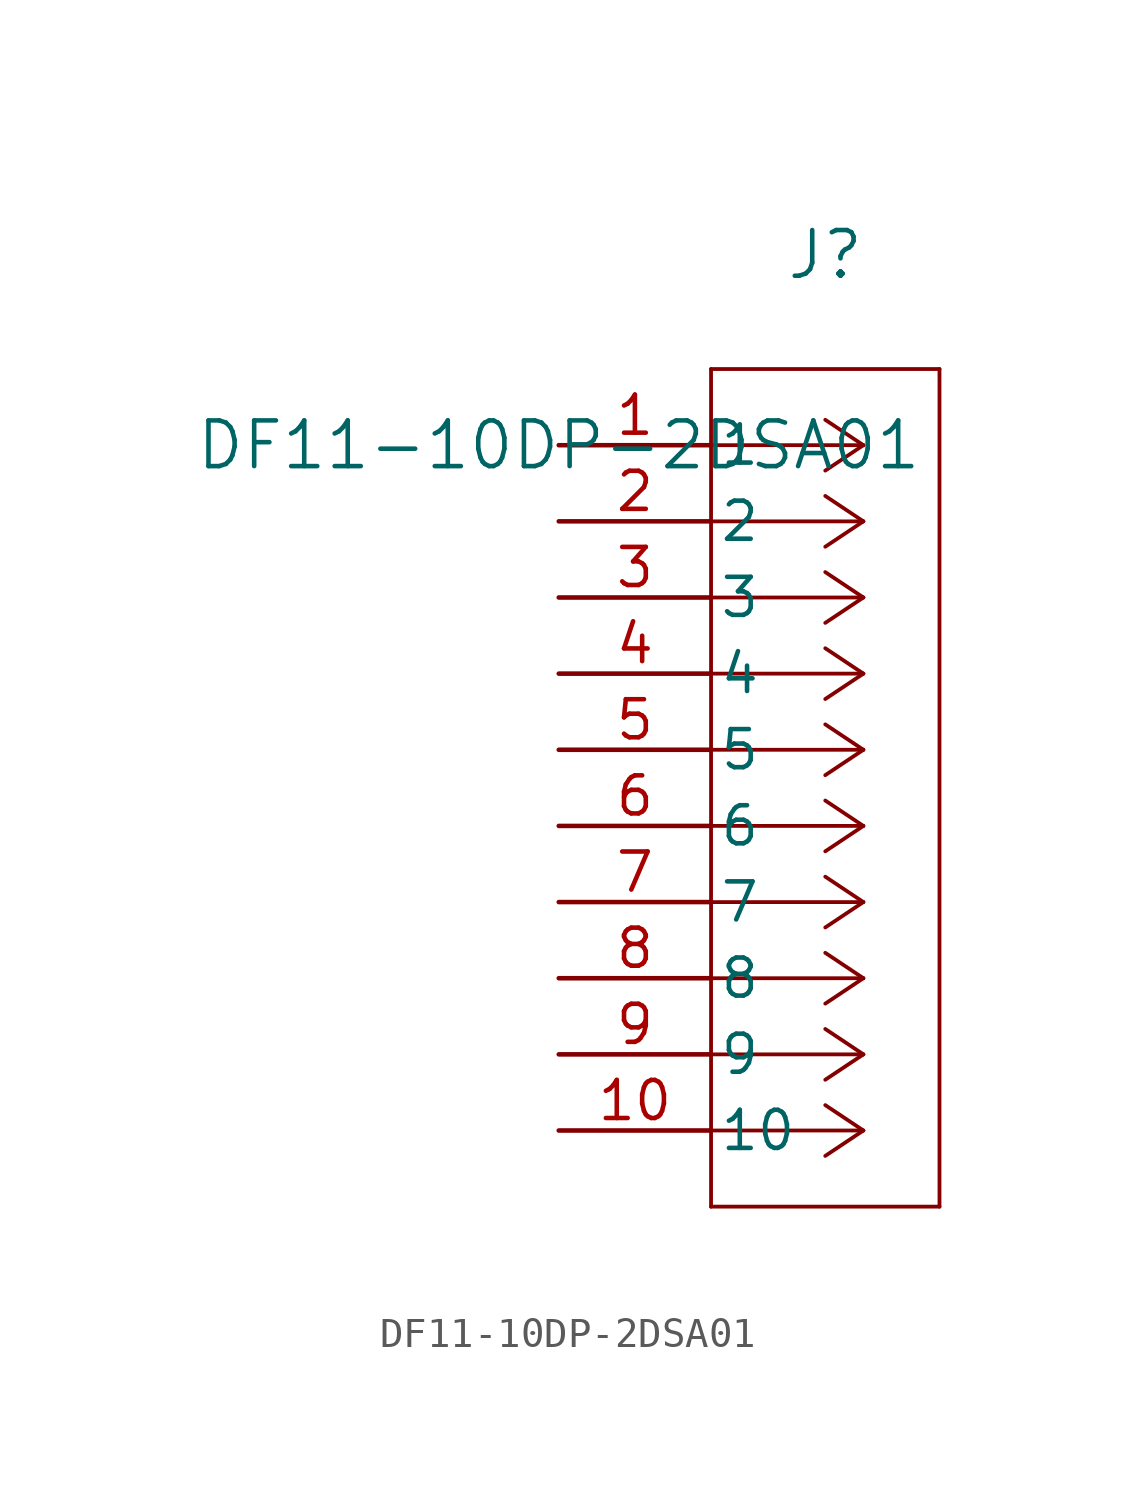
<source format=kicad_sym>
(kicad_symbol_lib
  (version 20211014)
  (generator kicad_symbol_editor)
  (symbol "DF11-10DP-2DSA01"
    (pin_names
      (offset 0.254))
    (property "Reference" "J"
      (at 8.89 6.35 0)
      (effects (font (size 1.524 1.524))))
    (property "Value" "DF11-10DP-2DSA01"
      (at 0 0 0)
      (effects (font (size 1.524 1.524))))
    (symbol "DF11-10DP-2DSA01_0_1"
      (polyline (pts (xy 10.16 0) (xy 5.08 0)) (stroke (width 0.127) (type default) (color 0 0 0 0)) (fill (type none)))
      (polyline (pts (xy 10.16 -2.54) (xy 5.08 -2.54)) (stroke (width 0.127) (type default) (color 0 0 0 0)) (fill (type none)))
      (polyline (pts (xy 10.16 -5.08) (xy 5.08 -5.08)) (stroke (width 0.127) (type default) (color 0 0 0 0)) (fill (type none)))
      (polyline (pts (xy 10.16 -7.62) (xy 5.08 -7.62)) (stroke (width 0.127) (type default) (color 0 0 0 0)) (fill (type none)))
      (polyline (pts (xy 10.16 -10.16) (xy 5.08 -10.16)) (stroke (width 0.127) (type default) (color 0 0 0 0)) (fill (type none)))
      (polyline (pts (xy 10.16 -12.7) (xy 5.08 -12.7)) (stroke (width 0.127) (type default) (color 0 0 0 0)) (fill (type none)))
      (polyline (pts (xy 10.16 -15.24) (xy 5.08 -15.24)) (stroke (width 0.127) (type default) (color 0 0 0 0)) (fill (type none)))
      (polyline (pts (xy 10.16 -17.78) (xy 5.08 -17.78)) (stroke (width 0.127) (type default) (color 0 0 0 0)) (fill (type none)))
      (polyline (pts (xy 10.16 -20.32) (xy 5.08 -20.32)) (stroke (width 0.127) (type default) (color 0 0 0 0)) (fill (type none)))
      (polyline (pts (xy 10.16 -22.86) (xy 5.08 -22.86)) (stroke (width 0.127) (type default) (color 0 0 0 0)) (fill (type none)))
      (polyline (pts (xy 10.16 0) (xy 8.89 0.847)) (stroke (width 0.127) (type default) (color 0 0 0 0)) (fill (type none)))
      (polyline (pts (xy 10.16 -2.54) (xy 8.89 -1.693)) (stroke (width 0.127) (type default) (color 0 0 0 0)) (fill (type none)))
      (polyline (pts (xy 10.16 -5.08) (xy 8.89 -4.233)) (stroke (width 0.127) (type default) (color 0 0 0 0)) (fill (type none)))
      (polyline (pts (xy 10.16 -7.62) (xy 8.89 -6.773)) (stroke (width 0.127) (type default) (color 0 0 0 0)) (fill (type none)))
      (polyline (pts (xy 10.16 -10.16) (xy 8.89 -9.313)) (stroke (width 0.127) (type default) (color 0 0 0 0)) (fill (type none)))
      (polyline (pts (xy 10.16 -12.7) (xy 8.89 -11.853)) (stroke (width 0.127) (type default) (color 0 0 0 0)) (fill (type none)))
      (polyline (pts (xy 10.16 -15.24) (xy 8.89 -14.393)) (stroke (width 0.127) (type default) (color 0 0 0 0)) (fill (type none)))
      (polyline (pts (xy 10.16 -17.78) (xy 8.89 -16.933)) (stroke (width 0.127) (type default) (color 0 0 0 0)) (fill (type none)))
      (polyline (pts (xy 10.16 -20.32) (xy 8.89 -19.473)) (stroke (width 0.127) (type default) (color 0 0 0 0)) (fill (type none)))
      (polyline (pts (xy 10.16 -22.86) (xy 8.89 -22.013)) (stroke (width 0.127) (type default) (color 0 0 0 0)) (fill (type none)))
      (polyline (pts (xy 10.16 0) (xy 8.89 -0.847)) (stroke (width 0.127) (type default) (color 0 0 0 0)) (fill (type none)))
      (polyline (pts (xy 10.16 -2.54) (xy 8.89 -3.387)) (stroke (width 0.127) (type default) (color 0 0 0 0)) (fill (type none)))
      (polyline (pts (xy 10.16 -5.08) (xy 8.89 -5.927)) (stroke (width 0.127) (type default) (color 0 0 0 0)) (fill (type none)))
      (polyline (pts (xy 10.16 -7.62) (xy 8.89 -8.467)) (stroke (width 0.127) (type default) (color 0 0 0 0)) (fill (type none)))
      (polyline (pts (xy 10.16 -10.16) (xy 8.89 -11.007)) (stroke (width 0.127) (type default) (color 0 0 0 0)) (fill (type none)))
      (polyline (pts (xy 10.16 -12.7) (xy 8.89 -13.547)) (stroke (width 0.127) (type default) (color 0 0 0 0)) (fill (type none)))
      (polyline (pts (xy 10.16 -15.24) (xy 8.89 -16.087)) (stroke (width 0.127) (type default) (color 0 0 0 0)) (fill (type none)))
      (polyline (pts (xy 10.16 -17.78) (xy 8.89 -18.627)) (stroke (width 0.127) (type default) (color 0 0 0 0)) (fill (type none)))
      (polyline (pts (xy 10.16 -20.32) (xy 8.89 -21.167)) (stroke (width 0.127) (type default) (color 0 0 0 0)) (fill (type none)))
      (polyline (pts (xy 10.16 -22.86) (xy 8.89 -23.707)) (stroke (width 0.127) (type default) (color 0 0 0 0)) (fill (type none)))
      (polyline (pts (xy 5.08 2.54) (xy 5.08 -25.4)) (stroke (width 0.127) (type default) (color 0 0 0 0)) (fill (type none)))
      (polyline (pts (xy 5.08 -25.4) (xy 12.7 -25.4)) (stroke (width 0.127) (type default) (color 0 0 0 0)) (fill (type none)))
      (polyline (pts (xy 12.7 -25.4) (xy 12.7 2.54)) (stroke (width 0.127) (type default) (color 0 0 0 0)) (fill (type none)))
      (polyline (pts (xy 12.7 2.54) (xy 5.08 2.54)) (stroke (width 0.127) (type default) (color 0 0 0 0)) (fill (type none)))
      (pin unspecified line (at 0 0 0) (length 5.08) (name "1" (effects (font (size 1.27 1.27)))) (number "1" (effects (font (size 1.27 1.27)))))
      (pin unspecified line (at 0 -2.54 0) (length 5.08) (name "2" (effects (font (size 1.27 1.27)))) (number "2" (effects (font (size 1.27 1.27)))))
      (pin unspecified line (at 0 -5.08 0) (length 5.08) (name "3" (effects (font (size 1.27 1.27)))) (number "3" (effects (font (size 1.27 1.27)))))
      (pin unspecified line (at 0 -7.62 0) (length 5.08) (name "4" (effects (font (size 1.27 1.27)))) (number "4" (effects (font (size 1.27 1.27)))))
      (pin unspecified line (at 0 -10.16 0) (length 5.08) (name "5" (effects (font (size 1.27 1.27)))) (number "5" (effects (font (size 1.27 1.27)))))
      (pin unspecified line (at 0 -12.7 0) (length 5.08) (name "6" (effects (font (size 1.27 1.27)))) (number "6" (effects (font (size 1.27 1.27)))))
      (pin unspecified line (at 0 -15.24 0) (length 5.08) (name "7" (effects (font (size 1.27 1.27)))) (number "7" (effects (font (size 1.27 1.27)))))
      (pin unspecified line (at 0 -17.78 0) (length 5.08) (name "8" (effects (font (size 1.27 1.27)))) (number "8" (effects (font (size 1.27 1.27)))))
      (pin unspecified line (at 0 -20.32 0) (length 5.08) (name "9" (effects (font (size 1.27 1.27)))) (number "9" (effects (font (size 1.27 1.27)))))
      (pin unspecified line (at 0 -22.86 0) (length 5.08) (name "10" (effects (font (size 1.27 1.27)))) (number "10" (effects (font (size 1.27 1.27))))))))
</source>
